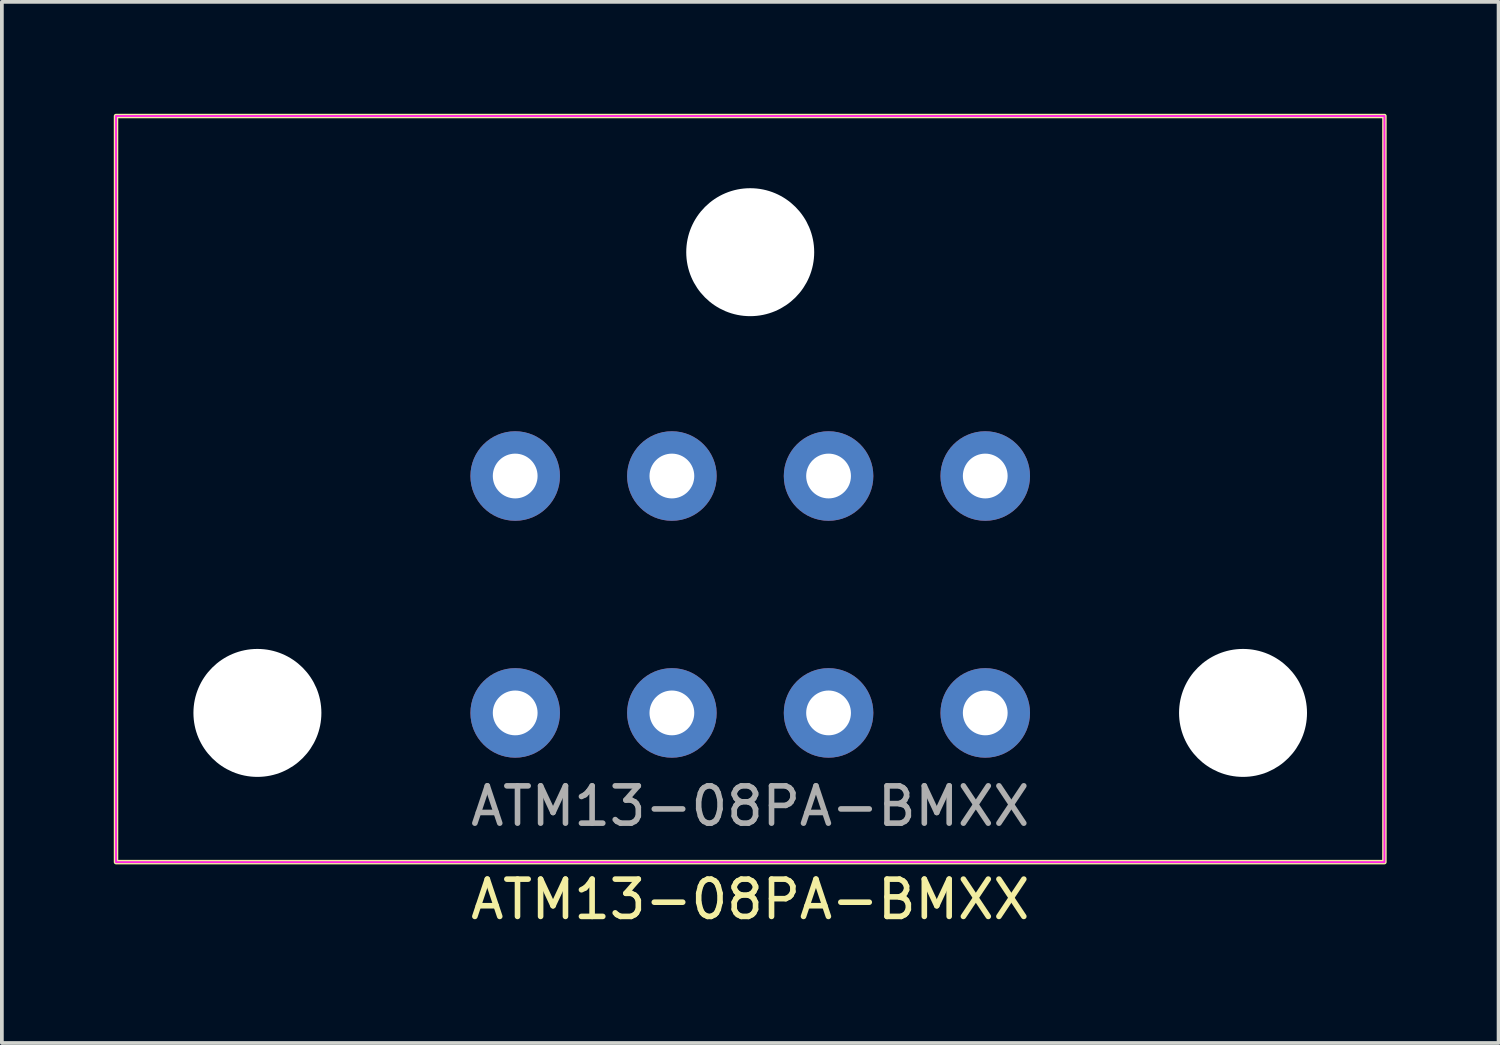
<source format=kicad_pcb>
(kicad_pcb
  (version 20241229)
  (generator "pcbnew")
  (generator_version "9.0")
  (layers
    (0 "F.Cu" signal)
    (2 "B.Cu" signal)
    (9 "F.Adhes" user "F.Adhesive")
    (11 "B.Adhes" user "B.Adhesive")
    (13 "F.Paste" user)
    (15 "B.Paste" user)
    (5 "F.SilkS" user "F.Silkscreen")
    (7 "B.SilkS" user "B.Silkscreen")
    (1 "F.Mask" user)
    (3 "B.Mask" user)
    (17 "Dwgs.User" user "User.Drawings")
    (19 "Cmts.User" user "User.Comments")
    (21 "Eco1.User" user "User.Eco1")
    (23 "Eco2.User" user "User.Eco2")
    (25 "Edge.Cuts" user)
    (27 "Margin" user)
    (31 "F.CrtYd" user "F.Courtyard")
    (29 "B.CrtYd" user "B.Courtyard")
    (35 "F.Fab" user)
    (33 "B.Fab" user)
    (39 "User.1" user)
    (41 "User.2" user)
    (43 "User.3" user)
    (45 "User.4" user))
  (footprint "ATM13-08PA-BMXX"
    (layer "F.Cu")
    (at 17.06 16.06)
    (property "Reference" "ATM13-08PA-BMXX" (at 0 5 0) (unlocked yes) (layer "F.SilkS") (effects (font (size 1 1) (thickness 0.15))))
    (attr through_hole)
    (fp_rect (start -17 -16) (end 17 4) (stroke (width 0.12) (type default)) (fill no) (layer "F.SilkS"))
    (fp_rect (start -17 -16) (end 17 4) (stroke (width 0.05) (type default)) (fill no) (layer "F.CrtYd"))
    (fp_text user "${REFERENCE}" (at 0 2.5 0) (unlocked yes) (layer "F.Fab") (effects (font (size 1 1) (thickness 0.15))))
    (pad "" np_thru_hole circle (at -13.21 0) (size 3.43 3.43) (drill 3.43) (layers "*.Cu" "*.Mask"))
    (pad "" np_thru_hole circle (at 0 -12.35) (size 3.43 3.43) (drill 3.43) (layers "*.Cu" "*.Mask"))
    (pad "" np_thru_hole circle (at 13.21 0) (size 3.43 3.43) (drill 3.43) (layers "*.Cu" "*.Mask"))
    (pad "1" thru_hole circle (at -6.3 0) (size 2.4 2.4) (drill 1.2) (layers "*.Cu" "*.Mask"))
    (pad "2" thru_hole circle (at -2.1 0) (size 2.4 2.4) (drill 1.2) (layers "*.Cu" "*.Mask"))
    (pad "3" thru_hole circle (at 2.1 0) (size 2.4 2.4) (drill 1.2) (layers "*.Cu" "*.Mask"))
    (pad "4" thru_hole circle (at 6.3 0) (size 2.4 2.4) (drill 1.2) (layers "*.Cu" "*.Mask"))
    (pad "5" thru_hole circle (at 6.3 -6.35) (size 2.4 2.4) (drill 1.2) (layers "*.Cu" "*.Mask"))
    (pad "6" thru_hole circle (at 2.1 -6.35) (size 2.4 2.4) (drill 1.2) (layers "*.Cu" "*.Mask"))
    (pad "7" thru_hole circle (at -2.1 -6.35) (size 2.4 2.4) (drill 1.2) (layers "*.Cu" "*.Mask"))
    (pad "8" thru_hole circle (at -6.3 -6.35) (size 2.4 2.4) (drill 1.2) (layers "*.Cu" "*.Mask")))
  (gr_rect
    (start -3 -3)
    (end 37.12 24.908)
    (stroke (width 0.1) (type default))
    (fill no)
    (layer "Edge.Cuts")))
</source>
